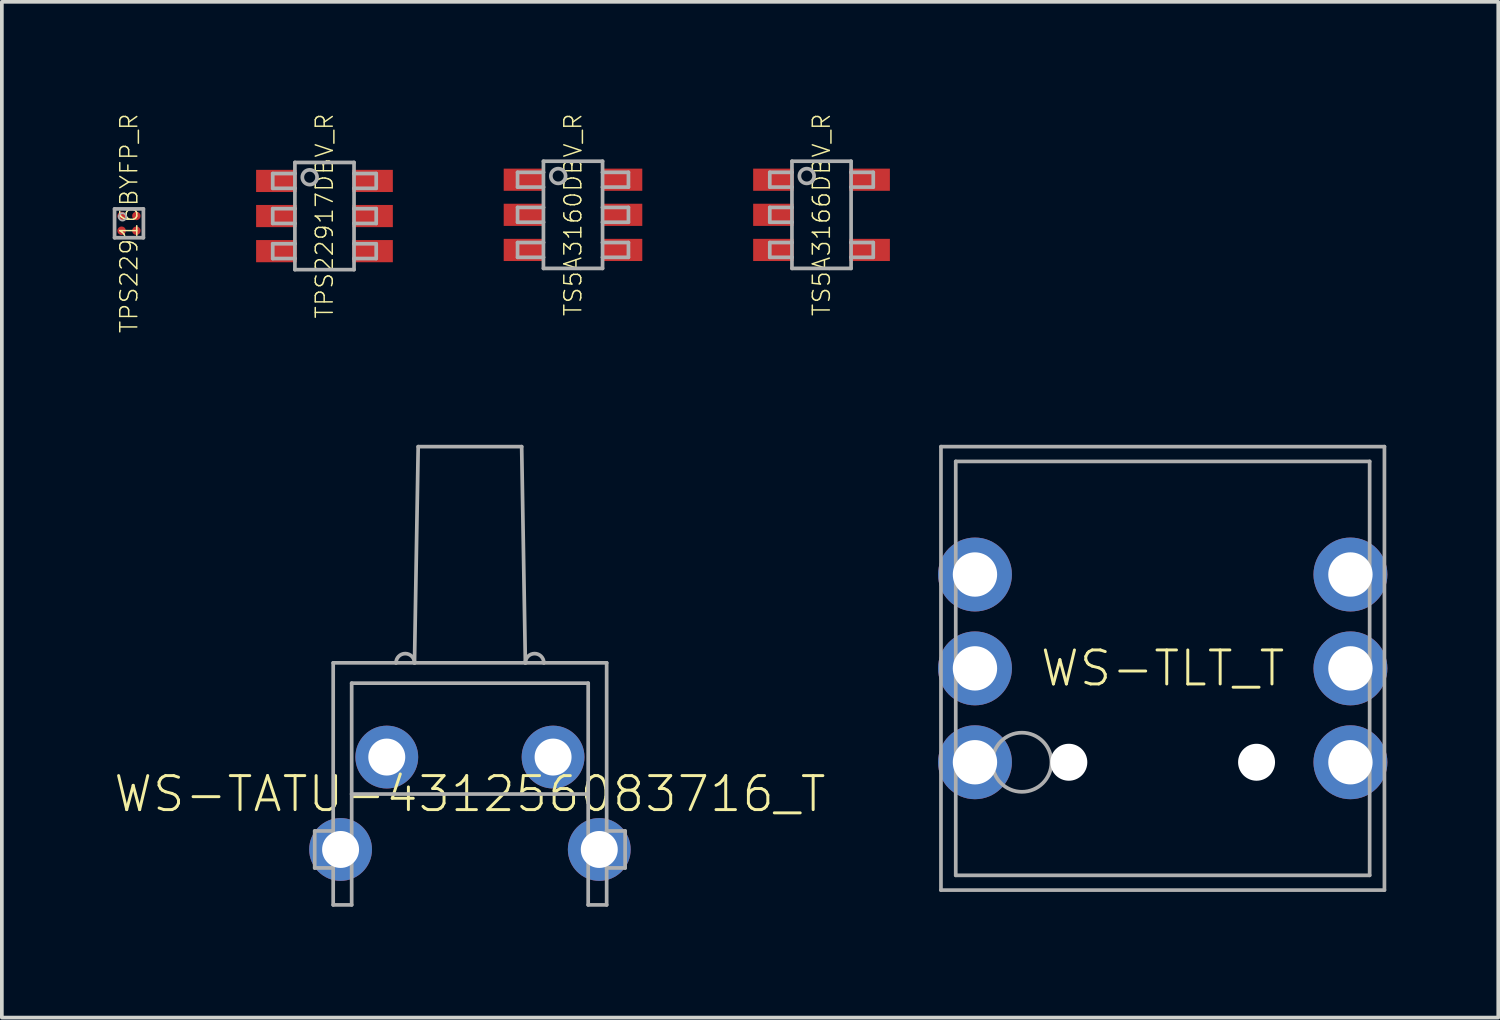
<source format=kicad_pcb>
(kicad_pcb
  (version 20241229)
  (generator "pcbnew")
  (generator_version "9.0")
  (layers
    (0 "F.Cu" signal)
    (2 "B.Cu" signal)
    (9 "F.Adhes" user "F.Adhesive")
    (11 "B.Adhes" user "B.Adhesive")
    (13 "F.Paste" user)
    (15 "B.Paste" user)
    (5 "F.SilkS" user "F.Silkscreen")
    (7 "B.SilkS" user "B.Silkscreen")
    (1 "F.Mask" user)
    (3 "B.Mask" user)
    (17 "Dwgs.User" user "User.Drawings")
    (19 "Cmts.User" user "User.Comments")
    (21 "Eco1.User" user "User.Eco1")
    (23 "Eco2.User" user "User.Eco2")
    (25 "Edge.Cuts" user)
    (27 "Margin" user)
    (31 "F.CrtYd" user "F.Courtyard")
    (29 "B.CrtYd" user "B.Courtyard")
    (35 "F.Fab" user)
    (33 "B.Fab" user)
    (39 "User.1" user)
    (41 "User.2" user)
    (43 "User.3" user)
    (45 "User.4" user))
  (footprint "TPS22916BYFP_R"
    (layer "F.Cu")
    (at 0.44 2.993)
    (property "Reference" "TPS22916BYFP_R" (at 0 0 90) (unlocked yes) (layer "F.SilkS") (effects (font (size 0.46 0.46) (thickness 0.04))))
    (fp_circle (center -0.2 -0.2) (end -0.117 -0.2) (stroke (width 0.165) (type solid)) (fill yes) (layer "F.Mask"))
    (fp_circle (center -0.2 0.2) (end -0.117 0.2) (stroke (width 0.165) (type solid)) (fill yes) (layer "F.Mask"))
    (fp_circle (center 0.2 -0.2) (end 0.282 -0.2) (stroke (width 0.165) (type solid)) (fill yes) (layer "F.Mask"))
    (fp_circle (center 0.2 0.2) (end 0.282 0.2) (stroke (width 0.165) (type solid)) (fill yes) (layer "F.Mask"))
    (fp_poly (pts (xy -0.075 -0.3) (xy -0.075 -0.1) (xy -0.1 -0.075) (xy -0.3 -0.075) (xy -0.325 -0.1) (xy -0.325 -0.3) (xy -0.3 -0.325) (xy -0.1 -0.325)) (stroke (width 0) (type default)) (fill yes) (layer "F.Paste"))
    (fp_poly (pts (xy -0.075 0.1) (xy -0.075 0.3) (xy -0.1 0.325) (xy -0.3 0.325) (xy -0.325 0.3) (xy -0.325 0.1) (xy -0.3 0.075) (xy -0.1 0.075)) (stroke (width 0) (type default)) (fill yes) (layer "F.Paste"))
    (fp_poly (pts (xy 0.325 -0.3) (xy 0.325 -0.1) (xy 0.3 -0.075) (xy 0.1 -0.075) (xy 0.075 -0.1) (xy 0.075 -0.3) (xy 0.1 -0.325) (xy 0.3 -0.325)) (stroke (width 0) (type default)) (fill yes) (layer "F.Paste"))
    (fp_poly (pts (xy 0.325 0.1) (xy 0.325 0.3) (xy 0.3 0.325) (xy 0.1 0.325) (xy 0.075 0.3) (xy 0.075 0.1) (xy 0.1 0.075) (xy 0.3 0.075)) (stroke (width 0) (type default)) (fill yes) (layer "F.Paste"))
    (fp_line (start -0.39 -0.39) (end -0.39 0.39) (stroke (width 0.1) (type solid)) (layer "F.Fab"))
    (fp_line (start -0.39 0.39) (end 0.39 0.39) (stroke (width 0.1) (type solid)) (layer "F.Fab"))
    (fp_line (start 0.39 -0.39) (end -0.39 -0.39) (stroke (width 0.1) (type solid)) (layer "F.Fab"))
    (fp_line (start 0.39 0.39) (end 0.39 -0.39) (stroke (width 0.1) (type solid)) (layer "F.Fab"))
    (fp_circle (center -0.175 -0.175) (end -0.075 -0.175) (stroke (width 0.05) (type solid)) (fill no) (layer "F.Fab"))
    (pad "A1" smd roundrect (at -0.2 -0.2) (size 0.23 0.23) (layers "F.Cu") (roundrect_rratio 0.5))
    (pad "A2" smd roundrect (at 0.2 -0.2) (size 0.23 0.23) (layers "F.Cu") (roundrect_rratio 0.5))
    (pad "B1" smd roundrect (at -0.2 0.2) (size 0.23 0.23) (layers "F.Cu") (roundrect_rratio 0.5))
    (pad "B2" smd roundrect (at 0.2 0.2) (size 0.23 0.23) (layers "F.Cu") (roundrect_rratio 0.5)))
  (footprint "WS-TATU-431256083716_T"
    (layer "F.Cu")
    (at 9.666 18.436)
    (property "Reference" "WS-TATU-431256083716_T" (at 0 0 0) (unlocked yes) (layer "F.SilkS") (effects (font (size 0.92 0.92) (thickness 0.08))))
    (fp_line (start -4.2 1) (end -4.2 2) (stroke (width 0.1) (type solid)) (layer "F.Fab"))
    (fp_line (start -4.2 2) (end -3.7 2) (stroke (width 0.1) (type solid)) (layer "F.Fab"))
    (fp_line (start -3.7 -3.55) (end -2 -3.55) (stroke (width 0.1) (type solid)) (layer "F.Fab"))
    (fp_line (start -3.7 1) (end -4.2 1) (stroke (width 0.1) (type solid)) (layer "F.Fab"))
    (fp_line (start -3.7 3) (end -3.7 -3.55) (stroke (width 0.1) (type solid)) (layer "F.Fab"))
    (fp_line (start -3.2 -3) (end 3.2 -3) (stroke (width 0.1) (type solid)) (layer "F.Fab"))
    (fp_line (start -3.2 0) (end -3.2 -3) (stroke (width 0.1) (type solid)) (layer "F.Fab"))
    (fp_line (start -3.2 0) (end -3.2 3) (stroke (width 0.1) (type solid)) (layer "F.Fab"))
    (fp_line (start -3.2 3) (end -3.7 3) (stroke (width 0.1) (type solid)) (layer "F.Fab"))
    (fp_line (start -2 -3.55) (end -1.5 -3.55) (stroke (width 0.1) (type solid)) (layer "F.Fab"))
    (fp_line (start -1.5 -3.55) (end -1.4 -9.4) (stroke (width 0.1) (type solid)) (layer "F.Fab"))
    (fp_line (start -1.5 -3.55) (end 1.5 -3.55) (stroke (width 0.1) (type solid)) (layer "F.Fab"))
    (fp_line (start -1.4 -9.4) (end 1.4 -9.4) (stroke (width 0.1) (type solid)) (layer "F.Fab"))
    (fp_line (start 1.4 -9.4) (end 1.5 -3.55) (stroke (width 0.1) (type solid)) (layer "F.Fab"))
    (fp_line (start 1.5 -3.55) (end 2 -3.55) (stroke (width 0.1) (type solid)) (layer "F.Fab"))
    (fp_line (start 2 -3.55) (end 3.7 -3.55) (stroke (width 0.1) (type solid)) (layer "F.Fab"))
    (fp_line (start 3.2 -3) (end 3.2 0) (stroke (width 0.1) (type solid)) (layer "F.Fab"))
    (fp_line (start 3.2 0) (end -3.2 0) (stroke (width 0.1) (type solid)) (layer "F.Fab"))
    (fp_line (start 3.2 3) (end 3.2 0) (stroke (width 0.1) (type solid)) (layer "F.Fab"))
    (fp_line (start 3.7 -3.55) (end 3.7 1) (stroke (width 0.1) (type solid)) (layer "F.Fab"))
    (fp_line (start 3.7 1) (end 3.7 2) (stroke (width 0.1) (type solid)) (layer "F.Fab"))
    (fp_line (start 3.7 2) (end 3.7 3) (stroke (width 0.1) (type solid)) (layer "F.Fab"))
    (fp_line (start 3.7 2) (end 4.2 2) (stroke (width 0.1) (type solid)) (layer "F.Fab"))
    (fp_line (start 3.7 3) (end 3.2 3) (stroke (width 0.1) (type solid)) (layer "F.Fab"))
    (fp_line (start 4.2 1) (end 3.7 1) (stroke (width 0.1) (type solid)) (layer "F.Fab"))
    (fp_line (start 4.2 2) (end 4.2 1) (stroke (width 0.1) (type solid)) (layer "F.Fab"))
    (fp_arc (start -2 -3.55) (mid -1.75 -3.8) (end -1.5 -3.55) (stroke (width 0.1) (type solid)) (layer "F.Fab"))
    (fp_arc (start 1.5 -3.55) (mid 1.75 -3.8) (end 2 -3.55) (stroke (width 0.1) (type solid)) (layer "F.Fab"))
    (pad "1" thru_hole circle (at 3.5 1.5 180) (size 1.7 1.7) (drill 1) (layers "*.Cu" "*.Mask"))
    (pad "2" thru_hole circle (at 2.25 -1 180) (size 1.7 1.7) (drill 1) (layers "*.Cu" "*.Mask"))
    (pad "3" thru_hole circle (at -2.25 -1 180) (size 1.7 1.7) (drill 1) (layers "*.Cu" "*.Mask"))
    (pad "4" thru_hole circle (at -3.5 1.5 180) (size 1.7 1.7) (drill 1) (layers "*.Cu" "*.Mask")))
  (footprint "TPS22917DBV_R"
    (layer "F.Cu")
    (at 5.73 2.796)
    (property "Reference" "TPS22917DBV_R" (at 0 0 90) (unlocked yes) (layer "F.SilkS") (effects (font (size 0.46 0.46) (thickness 0.04))))
    (fp_poly (pts (xy -0.75 -0.65) (xy -1.85 -0.65) (xy -1.85 -1.25) (xy -0.75 -1.25)) (stroke (width 0) (type default)) (fill yes) (layer "F.Paste"))
    (fp_poly (pts (xy -0.75 0.3) (xy -1.85 0.3) (xy -1.85 -0.3) (xy -0.75 -0.3)) (stroke (width 0) (type default)) (fill yes) (layer "F.Paste"))
    (fp_poly (pts (xy -0.75 1.25) (xy -1.85 1.25) (xy -1.85 0.65) (xy -0.75 0.65)) (stroke (width 0) (type default)) (fill yes) (layer "F.Paste"))
    (fp_poly (pts (xy 1.85 -0.65) (xy 0.75 -0.65) (xy 0.75 -1.25) (xy 1.85 -1.25)) (stroke (width 0) (type default)) (fill yes) (layer "F.Paste"))
    (fp_poly (pts (xy 1.85 0.3) (xy 0.75 0.3) (xy 0.75 -0.3) (xy 1.85 -0.3)) (stroke (width 0) (type default)) (fill yes) (layer "F.Paste"))
    (fp_poly (pts (xy 1.85 1.25) (xy 0.75 1.25) (xy 0.75 0.65) (xy 1.85 0.65)) (stroke (width 0) (type default)) (fill yes) (layer "F.Paste"))
    (fp_line (start -1.4 -1.15) (end -1.4 -0.75) (stroke (width 0.1) (type solid)) (layer "F.Fab"))
    (fp_line (start -1.4 -0.75) (end -0.8 -0.75) (stroke (width 0.1) (type solid)) (layer "F.Fab"))
    (fp_line (start -1.4 -0.2) (end -1.4 0.2) (stroke (width 0.1) (type solid)) (layer "F.Fab"))
    (fp_line (start -1.4 0.75) (end -1.4 1.15) (stroke (width 0.1) (type solid)) (layer "F.Fab"))
    (fp_line (start -0.8 -1.45) (end 0.8 -1.45) (stroke (width 0.1) (type solid)) (layer "F.Fab"))
    (fp_line (start -0.8 -1.15) (end -1.4 -1.15) (stroke (width 0.1) (type solid)) (layer "F.Fab"))
    (fp_line (start -0.8 -1.15) (end -0.8 -1.45) (stroke (width 0.1) (type solid)) (layer "F.Fab"))
    (fp_line (start -0.8 -0.75) (end -0.8 -1.15) (stroke (width 0.1) (type solid)) (layer "F.Fab"))
    (fp_line (start -0.8 -0.2) (end -1.4 -0.2) (stroke (width 0.1) (type solid)) (layer "F.Fab"))
    (fp_line (start -0.8 -0.2) (end -0.8 -0.75) (stroke (width 0.1) (type solid)) (layer "F.Fab"))
    (fp_line (start -0.8 0.2) (end -1.4 0.2) (stroke (width 0.1) (type solid)) (layer "F.Fab"))
    (fp_line (start -0.8 0.2) (end -0.8 -0.2) (stroke (width 0.1) (type solid)) (layer "F.Fab"))
    (fp_line (start -0.8 0.75) (end -1.4 0.75) (stroke (width 0.1) (type solid)) (layer "F.Fab"))
    (fp_line (start -0.8 0.75) (end -0.8 0.2) (stroke (width 0.1) (type solid)) (layer "F.Fab"))
    (fp_line (start -0.8 1.15) (end -1.4 1.15) (stroke (width 0.1) (type solid)) (layer "F.Fab"))
    (fp_line (start -0.8 1.15) (end -0.8 0.75) (stroke (width 0.1) (type solid)) (layer "F.Fab"))
    (fp_line (start -0.8 1.45) (end -0.8 1.15) (stroke (width 0.1) (type solid)) (layer "F.Fab"))
    (fp_line (start 0.8 -1.45) (end 0.8 -1.15) (stroke (width 0.1) (type solid)) (layer "F.Fab"))
    (fp_line (start 0.8 -1.15) (end 0.8 -0.75) (stroke (width 0.1) (type solid)) (layer "F.Fab"))
    (fp_line (start 0.8 -0.75) (end 0.8 -0.2) (stroke (width 0.1) (type solid)) (layer "F.Fab"))
    (fp_line (start 0.8 -0.2) (end 0.8 0.2) (stroke (width 0.1) (type solid)) (layer "F.Fab"))
    (fp_line (start 0.8 0.2) (end 0.8 0.75) (stroke (width 0.1) (type solid)) (layer "F.Fab"))
    (fp_line (start 0.8 0.75) (end 0.8 1.15) (stroke (width 0.1) (type solid)) (layer "F.Fab"))
    (fp_line (start 0.8 1.15) (end 0.8 1.45) (stroke (width 0.1) (type solid)) (layer "F.Fab"))
    (fp_line (start 0.8 1.45) (end -0.8 1.45) (stroke (width 0.1) (type solid)) (layer "F.Fab"))
    (fp_line (start 1.4 -1.15) (end 0.8 -1.15) (stroke (width 0.1) (type solid)) (layer "F.Fab"))
    (fp_line (start 1.4 -1.15) (end 1.4 -0.75) (stroke (width 0.1) (type solid)) (layer "F.Fab"))
    (fp_line (start 1.4 -0.75) (end 0.8 -0.75) (stroke (width 0.1) (type solid)) (layer "F.Fab"))
    (fp_line (start 1.4 -0.2) (end 0.8 -0.2) (stroke (width 0.1) (type solid)) (layer "F.Fab"))
    (fp_line (start 1.4 -0.2) (end 1.4 0.2) (stroke (width 0.1) (type solid)) (layer "F.Fab"))
    (fp_line (start 1.4 0.2) (end 0.8 0.2) (stroke (width 0.1) (type solid)) (layer "F.Fab"))
    (fp_line (start 1.4 0.75) (end 0.8 0.75) (stroke (width 0.1) (type solid)) (layer "F.Fab"))
    (fp_line (start 1.4 0.75) (end 1.4 1.15) (stroke (width 0.1) (type solid)) (layer "F.Fab"))
    (fp_line (start 1.4 1.15) (end 0.8 1.15) (stroke (width 0.1) (type solid)) (layer "F.Fab"))
    (fp_circle (center -0.4 -1.05) (end -0.2 -1.05) (stroke (width 0.1) (type solid)) (fill no) (layer "F.Fab"))
    (pad "1" smd rect (at -1.3 -0.95) (size 1.1 0.6) (layers "F.Cu" "F.Mask"))
    (pad "2" smd rect (at -1.3 0) (size 1.1 0.6) (layers "F.Cu" "F.Mask"))
    (pad "3" smd rect (at -1.3 0.95) (size 1.1 0.6) (layers "F.Cu" "F.Mask"))
    (pad "4" smd rect (at 1.3 0.95) (size 1.1 0.6) (layers "F.Cu" "F.Mask"))
    (pad "5" smd rect (at 1.3 0) (size 1.1 0.6) (layers "F.Cu" "F.Mask"))
    (pad "6" smd rect (at 1.3 -0.95) (size 1.1 0.6) (layers "F.Cu" "F.Mask")))
  (footprint "TS5A3166DBV_R"
    (layer "F.Cu")
    (at 19.18 2.763)
    (property "Reference" "TS5A3166DBV_R" (at 0 0 90) (unlocked yes) (layer "F.SilkS") (effects (font (size 0.46 0.46) (thickness 0.04))))
    (fp_line (start -1.4 -1.15) (end -1.4 -0.75) (stroke (width 0.1) (type solid)) (layer "F.Fab"))
    (fp_line (start -1.4 -0.75) (end -0.8 -0.75) (stroke (width 0.1) (type solid)) (layer "F.Fab"))
    (fp_line (start -1.4 -0.2) (end -1.4 0.2) (stroke (width 0.1) (type solid)) (layer "F.Fab"))
    (fp_line (start -1.4 0.75) (end -1.4 1.15) (stroke (width 0.1) (type solid)) (layer "F.Fab"))
    (fp_line (start -0.8 -1.45) (end 0.8 -1.45) (stroke (width 0.1) (type solid)) (layer "F.Fab"))
    (fp_line (start -0.8 -1.15) (end -1.4 -1.15) (stroke (width 0.1) (type solid)) (layer "F.Fab"))
    (fp_line (start -0.8 -1.15) (end -0.8 -1.45) (stroke (width 0.1) (type solid)) (layer "F.Fab"))
    (fp_line (start -0.8 -0.75) (end -0.8 -1.15) (stroke (width 0.1) (type solid)) (layer "F.Fab"))
    (fp_line (start -0.8 -0.2) (end -1.4 -0.2) (stroke (width 0.1) (type solid)) (layer "F.Fab"))
    (fp_line (start -0.8 -0.2) (end -0.8 -0.75) (stroke (width 0.1) (type solid)) (layer "F.Fab"))
    (fp_line (start -0.8 0.2) (end -1.4 0.2) (stroke (width 0.1) (type solid)) (layer "F.Fab"))
    (fp_line (start -0.8 0.2) (end -0.8 -0.2) (stroke (width 0.1) (type solid)) (layer "F.Fab"))
    (fp_line (start -0.8 0.75) (end -1.4 0.75) (stroke (width 0.1) (type solid)) (layer "F.Fab"))
    (fp_line (start -0.8 0.75) (end -0.8 0.2) (stroke (width 0.1) (type solid)) (layer "F.Fab"))
    (fp_line (start -0.8 1.15) (end -1.4 1.15) (stroke (width 0.1) (type solid)) (layer "F.Fab"))
    (fp_line (start -0.8 1.15) (end -0.8 0.75) (stroke (width 0.1) (type solid)) (layer "F.Fab"))
    (fp_line (start -0.8 1.45) (end -0.8 1.15) (stroke (width 0.1) (type solid)) (layer "F.Fab"))
    (fp_line (start 0.8 -1.45) (end 0.8 -1.15) (stroke (width 0.1) (type solid)) (layer "F.Fab"))
    (fp_line (start 0.8 -1.15) (end 0.8 -0.75) (stroke (width 0.1) (type solid)) (layer "F.Fab"))
    (fp_line (start 0.8 -0.75) (end 0.8 0.75) (stroke (width 0.1) (type solid)) (layer "F.Fab"))
    (fp_line (start 0.8 0.75) (end 0.8 1.15) (stroke (width 0.1) (type solid)) (layer "F.Fab"))
    (fp_line (start 0.8 1.15) (end 0.8 1.45) (stroke (width 0.1) (type solid)) (layer "F.Fab"))
    (fp_line (start 0.8 1.45) (end -0.8 1.45) (stroke (width 0.1) (type solid)) (layer "F.Fab"))
    (fp_line (start 1.4 -1.15) (end 0.8 -1.15) (stroke (width 0.1) (type solid)) (layer "F.Fab"))
    (fp_line (start 1.4 -1.15) (end 1.4 -0.75) (stroke (width 0.1) (type solid)) (layer "F.Fab"))
    (fp_line (start 1.4 -0.75) (end 0.8 -0.75) (stroke (width 0.1) (type solid)) (layer "F.Fab"))
    (fp_line (start 1.4 0.75) (end 0.8 0.75) (stroke (width 0.1) (type solid)) (layer "F.Fab"))
    (fp_line (start 1.4 0.75) (end 1.4 1.15) (stroke (width 0.1) (type solid)) (layer "F.Fab"))
    (fp_line (start 1.4 1.15) (end 0.8 1.15) (stroke (width 0.1) (type solid)) (layer "F.Fab"))
    (fp_circle (center -0.4 -1.05) (end -0.2 -1.05) (stroke (width 0.1) (type solid)) (fill no) (layer "F.Fab"))
    (pad "1" smd rect (at -1.3 -0.95) (size 1.1 0.6) (layers "F.Cu" "F.Mask" "F.Paste"))
    (pad "2" smd rect (at -1.3 0) (size 1.1 0.6) (layers "F.Cu" "F.Mask" "F.Paste"))
    (pad "3" smd rect (at -1.3 0.95) (size 1.1 0.6) (layers "F.Cu" "F.Mask" "F.Paste"))
    (pad "4" smd rect (at 1.3 0.95) (size 1.1 0.6) (layers "F.Cu" "F.Mask" "F.Paste"))
    (pad "5" smd rect (at 1.3 -0.95) (size 1.1 0.6) (layers "F.Cu" "F.Mask" "F.Paste")))
  (footprint "WS-TLT_T"
    (layer "F.Cu")
    (at 28.412 15.036)
    (property "Reference" "WS-TLT_T" (at 0 0 0) (unlocked yes) (layer "F.SilkS") (effects (font (size 0.92 0.92) (thickness 0.08))))
    (fp_line (start -6 -6) (end 6 -6) (stroke (width 0.1) (type solid)) (layer "F.Fab"))
    (fp_line (start -6 6) (end -6 -6) (stroke (width 0.1) (type solid)) (layer "F.Fab"))
    (fp_line (start -5.6 -5.6) (end 5.6 -5.6) (stroke (width 0.1) (type solid)) (layer "F.Fab"))
    (fp_line (start -5.6 5.6) (end -5.6 -5.6) (stroke (width 0.1) (type solid)) (layer "F.Fab"))
    (fp_line (start 5.6 -5.6) (end 5.6 5.6) (stroke (width 0.1) (type solid)) (layer "F.Fab"))
    (fp_line (start 5.6 5.6) (end -5.6 5.6) (stroke (width 0.1) (type solid)) (layer "F.Fab"))
    (fp_line (start 6 -6) (end 6 6) (stroke (width 0.1) (type solid)) (layer "F.Fab"))
    (fp_line (start 6 6) (end -6 6) (stroke (width 0.1) (type solid)) (layer "F.Fab"))
    (fp_circle (center -3.81 2.54) (end -3.01 2.54) (stroke (width 0.1) (type solid)) (fill no) (layer "F.Fab"))
    (pad "" np_thru_hole circle (at -2.54 2.54) (size 1 1) (drill 1) (layers "*.Cu" "*.Mask"))
    (pad "" np_thru_hole circle (at 2.54 2.54) (size 1 1) (drill 1) (layers "*.Cu" "*.Mask"))
    (pad "1" thru_hole circle (at -5.08 -2.54) (size 2 2) (drill 1.2) (layers "*.Cu" "*.Mask"))
    (pad "2" thru_hole circle (at -5.08 2.54) (size 2 2) (drill 1.2) (layers "*.Cu" "*.Mask"))
    (pad "3" thru_hole circle (at 5.08 2.54) (size 2 2) (drill 1.2) (layers "*.Cu" "*.Mask"))
    (pad "4" thru_hole circle (at 5.08 -2.54) (size 2 2) (drill 1.2) (layers "*.Cu" "*.Mask"))
    (pad "A" thru_hole circle (at -5.08 0) (size 2 2) (drill 1.2) (layers "*.Cu" "*.Mask"))
    (pad "B" thru_hole circle (at 5.08 0) (size 2 2) (drill 1.2) (layers "*.Cu" "*.Mask")))
  (footprint "TS5A3160DBV_R"
    (layer "F.Cu")
    (at 12.455 2.763)
    (property "Reference" "TS5A3160DBV_R" (at 0 0 90) (unlocked yes) (layer "F.SilkS") (effects (font (size 0.46 0.46) (thickness 0.04))))
    (fp_line (start -1.5 -1.15) (end -1.5 -0.75) (stroke (width 0.1) (type solid)) (layer "F.Fab"))
    (fp_line (start -1.5 -0.75) (end -0.8 -0.75) (stroke (width 0.1) (type solid)) (layer "F.Fab"))
    (fp_line (start -1.5 -0.2) (end -1.5 0.2) (stroke (width 0.1) (type solid)) (layer "F.Fab"))
    (fp_line (start -1.5 0.75) (end -1.5 1.15) (stroke (width 0.1) (type solid)) (layer "F.Fab"))
    (fp_line (start -0.8 -1.45) (end 0.8 -1.45) (stroke (width 0.1) (type solid)) (layer "F.Fab"))
    (fp_line (start -0.8 -1.15) (end -1.5 -1.15) (stroke (width 0.1) (type solid)) (layer "F.Fab"))
    (fp_line (start -0.8 -1.15) (end -0.8 -1.45) (stroke (width 0.1) (type solid)) (layer "F.Fab"))
    (fp_line (start -0.8 -0.75) (end -0.8 -1.15) (stroke (width 0.1) (type solid)) (layer "F.Fab"))
    (fp_line (start -0.8 -0.2) (end -1.5 -0.2) (stroke (width 0.1) (type solid)) (layer "F.Fab"))
    (fp_line (start -0.8 -0.2) (end -0.8 -0.75) (stroke (width 0.1) (type solid)) (layer "F.Fab"))
    (fp_line (start -0.8 0.2) (end -1.5 0.2) (stroke (width 0.1) (type solid)) (layer "F.Fab"))
    (fp_line (start -0.8 0.2) (end -0.8 -0.2) (stroke (width 0.1) (type solid)) (layer "F.Fab"))
    (fp_line (start -0.8 0.75) (end -1.5 0.75) (stroke (width 0.1) (type solid)) (layer "F.Fab"))
    (fp_line (start -0.8 0.75) (end -0.8 0.2) (stroke (width 0.1) (type solid)) (layer "F.Fab"))
    (fp_line (start -0.8 1.15) (end -1.5 1.15) (stroke (width 0.1) (type solid)) (layer "F.Fab"))
    (fp_line (start -0.8 1.15) (end -0.8 0.75) (stroke (width 0.1) (type solid)) (layer "F.Fab"))
    (fp_line (start -0.8 1.45) (end -0.8 1.15) (stroke (width 0.1) (type solid)) (layer "F.Fab"))
    (fp_line (start 0.8 -1.45) (end 0.8 -1.15) (stroke (width 0.1) (type solid)) (layer "F.Fab"))
    (fp_line (start 0.8 -1.15) (end 0.8 -0.75) (stroke (width 0.1) (type solid)) (layer "F.Fab"))
    (fp_line (start 0.8 -0.75) (end 0.8 -0.2) (stroke (width 0.1) (type solid)) (layer "F.Fab"))
    (fp_line (start 0.8 -0.2) (end 0.8 0.2) (stroke (width 0.1) (type solid)) (layer "F.Fab"))
    (fp_line (start 0.8 0.2) (end 0.8 0.75) (stroke (width 0.1) (type solid)) (layer "F.Fab"))
    (fp_line (start 0.8 0.75) (end 0.8 1.15) (stroke (width 0.1) (type solid)) (layer "F.Fab"))
    (fp_line (start 0.8 1.15) (end 0.8 1.45) (stroke (width 0.1) (type solid)) (layer "F.Fab"))
    (fp_line (start 0.8 1.45) (end -0.8 1.45) (stroke (width 0.1) (type solid)) (layer "F.Fab"))
    (fp_line (start 1.5 -1.15) (end 0.8 -1.15) (stroke (width 0.1) (type solid)) (layer "F.Fab"))
    (fp_line (start 1.5 -1.15) (end 1.5 -0.75) (stroke (width 0.1) (type solid)) (layer "F.Fab"))
    (fp_line (start 1.5 -0.75) (end 0.8 -0.75) (stroke (width 0.1) (type solid)) (layer "F.Fab"))
    (fp_line (start 1.5 -0.2) (end 0.8 -0.2) (stroke (width 0.1) (type solid)) (layer "F.Fab"))
    (fp_line (start 1.5 -0.2) (end 1.5 0.2) (stroke (width 0.1) (type solid)) (layer "F.Fab"))
    (fp_line (start 1.5 0.2) (end 0.8 0.2) (stroke (width 0.1) (type solid)) (layer "F.Fab"))
    (fp_line (start 1.5 0.75) (end 0.8 0.75) (stroke (width 0.1) (type solid)) (layer "F.Fab"))
    (fp_line (start 1.5 0.75) (end 1.5 1.15) (stroke (width 0.1) (type solid)) (layer "F.Fab"))
    (fp_line (start 1.5 1.15) (end 0.8 1.15) (stroke (width 0.1) (type solid)) (layer "F.Fab"))
    (fp_circle (center -0.4 -1.05) (end -0.2 -1.05) (stroke (width 0.1) (type solid)) (fill no) (layer "F.Fab"))
    (pad "1" smd rect (at -1.35 -0.95) (size 1.05 0.6) (layers "F.Cu" "F.Mask" "F.Paste"))
    (pad "2" smd rect (at -1.35 0) (size 1.05 0.6) (layers "F.Cu" "F.Mask" "F.Paste"))
    (pad "3" smd rect (at -1.35 0.95) (size 1.05 0.6) (layers "F.Cu" "F.Mask" "F.Paste"))
    (pad "4" smd rect (at 1.35 0.95) (size 1.05 0.6) (layers "F.Cu" "F.Mask" "F.Paste"))
    (pad "5" smd rect (at 1.35 0) (size 1.05 0.6) (layers "F.Cu" "F.Mask" "F.Paste"))
    (pad "6" smd rect (at 1.35 -0.95) (size 1.05 0.6) (layers "F.Cu" "F.Mask" "F.Paste")))
  (gr_rect
    (start -3 -3)
    (end 37.492 24.486)
    (stroke (width 0.1) (type default))
    (fill no)
    (layer "Edge.Cuts")))
</source>
